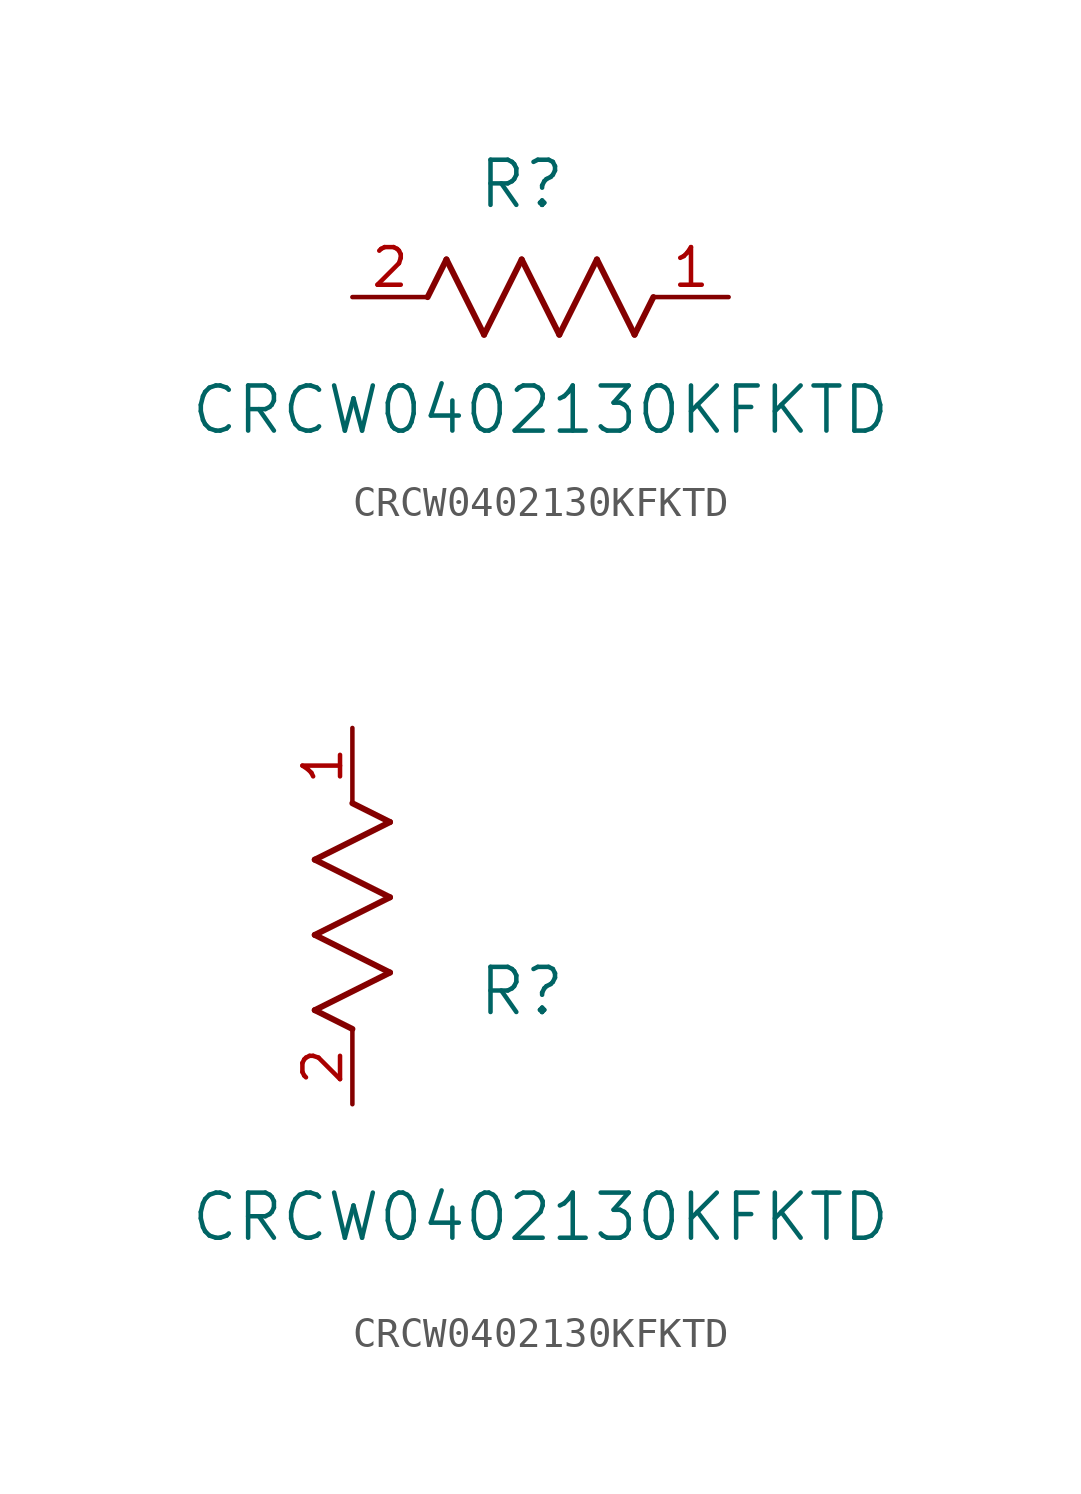
<source format=kicad_sym>
(kicad_symbol_lib
  (version 20211014)
  (generator kicad_symbol_editor)
  (symbol "CRCW0402130KFKTD"
    (pin_names
      (offset 0.254))
    (property "Reference" "R"
      (at 5.715 3.81 0)
      (effects (font (size 1.524 1.524))))
    (property "Value" "CRCW0402130KFKTD"
      (at 6.35 -3.81 0)
      (effects (font (size 1.524 1.524))))
    (symbol "CRCW0402130KFKTD_1_1"
      (polyline (pts (xy 3.175 1.27) (xy 4.445 -1.27)) (stroke (width 0.203) (type default) (color 0 0 0 0)) (fill (type none)))
      (polyline (pts (xy 4.445 -1.27) (xy 5.715 1.27)) (stroke (width 0.203) (type default) (color 0 0 0 0)) (fill (type none)))
      (polyline (pts (xy 5.715 1.27) (xy 6.985 -1.27)) (stroke (width 0.203) (type default) (color 0 0 0 0)) (fill (type none)))
      (polyline (pts (xy 6.985 -1.27) (xy 8.255 1.27)) (stroke (width 0.203) (type default) (color 0 0 0 0)) (fill (type none)))
      (polyline (pts (xy 8.255 1.27) (xy 9.525 -1.27)) (stroke (width 0.203) (type default) (color 0 0 0 0)) (fill (type none)))
      (polyline (pts (xy 2.54 0) (xy 3.175 1.27)) (stroke (width 0.203) (type default) (color 0 0 0 0)) (fill (type none)))
      (polyline (pts (xy 9.525 -1.27) (xy 10.16 0)) (stroke (width 0.203) (type default) (color 0 0 0 0)) (fill (type none)))
      (pin unspecified line (at 12.7 0 180) (length 2.54) (name "" (effects (font (size 1.27 1.27)))) (number "1" (effects (font (size 1.27 1.27)))))
      (pin unspecified line (at 0 0 0) (length 2.54) (name "" (effects (font (size 1.27 1.27)))) (number "2" (effects (font (size 1.27 1.27))))))
    (symbol "CRCW0402130KFKTD_1_2"
      (polyline (pts (xy 0 2.54) (xy -1.27 3.175)) (stroke (width 0.203) (type default) (color 0 0 0 0)) (fill (type none)))
      (polyline (pts (xy -1.27 3.175) (xy 1.27 4.445)) (stroke (width 0.203) (type default) (color 0 0 0 0)) (fill (type none)))
      (polyline (pts (xy 1.27 4.445) (xy -1.27 5.715)) (stroke (width 0.203) (type default) (color 0 0 0 0)) (fill (type none)))
      (polyline (pts (xy -1.27 5.715) (xy 1.27 6.985)) (stroke (width 0.203) (type default) (color 0 0 0 0)) (fill (type none)))
      (polyline (pts (xy -1.27 8.255) (xy 1.27 9.525)) (stroke (width 0.203) (type default) (color 0 0 0 0)) (fill (type none)))
      (polyline (pts (xy 1.27 9.525) (xy 0 10.16)) (stroke (width 0.203) (type default) (color 0 0 0 0)) (fill (type none)))
      (polyline (pts (xy 1.27 6.985) (xy -1.27 8.255)) (stroke (width 0.203) (type default) (color 0 0 0 0)) (fill (type none)))
      (pin unspecified line (at 0 12.7 270) (length 2.54) (name "" (effects (font (size 1.27 1.27)))) (number "1" (effects (font (size 1.27 1.27)))))
      (pin unspecified line (at 0 0 90) (length 2.54) (name "" (effects (font (size 1.27 1.27)))) (number "2" (effects (font (size 1.27 1.27))))))))
</source>
